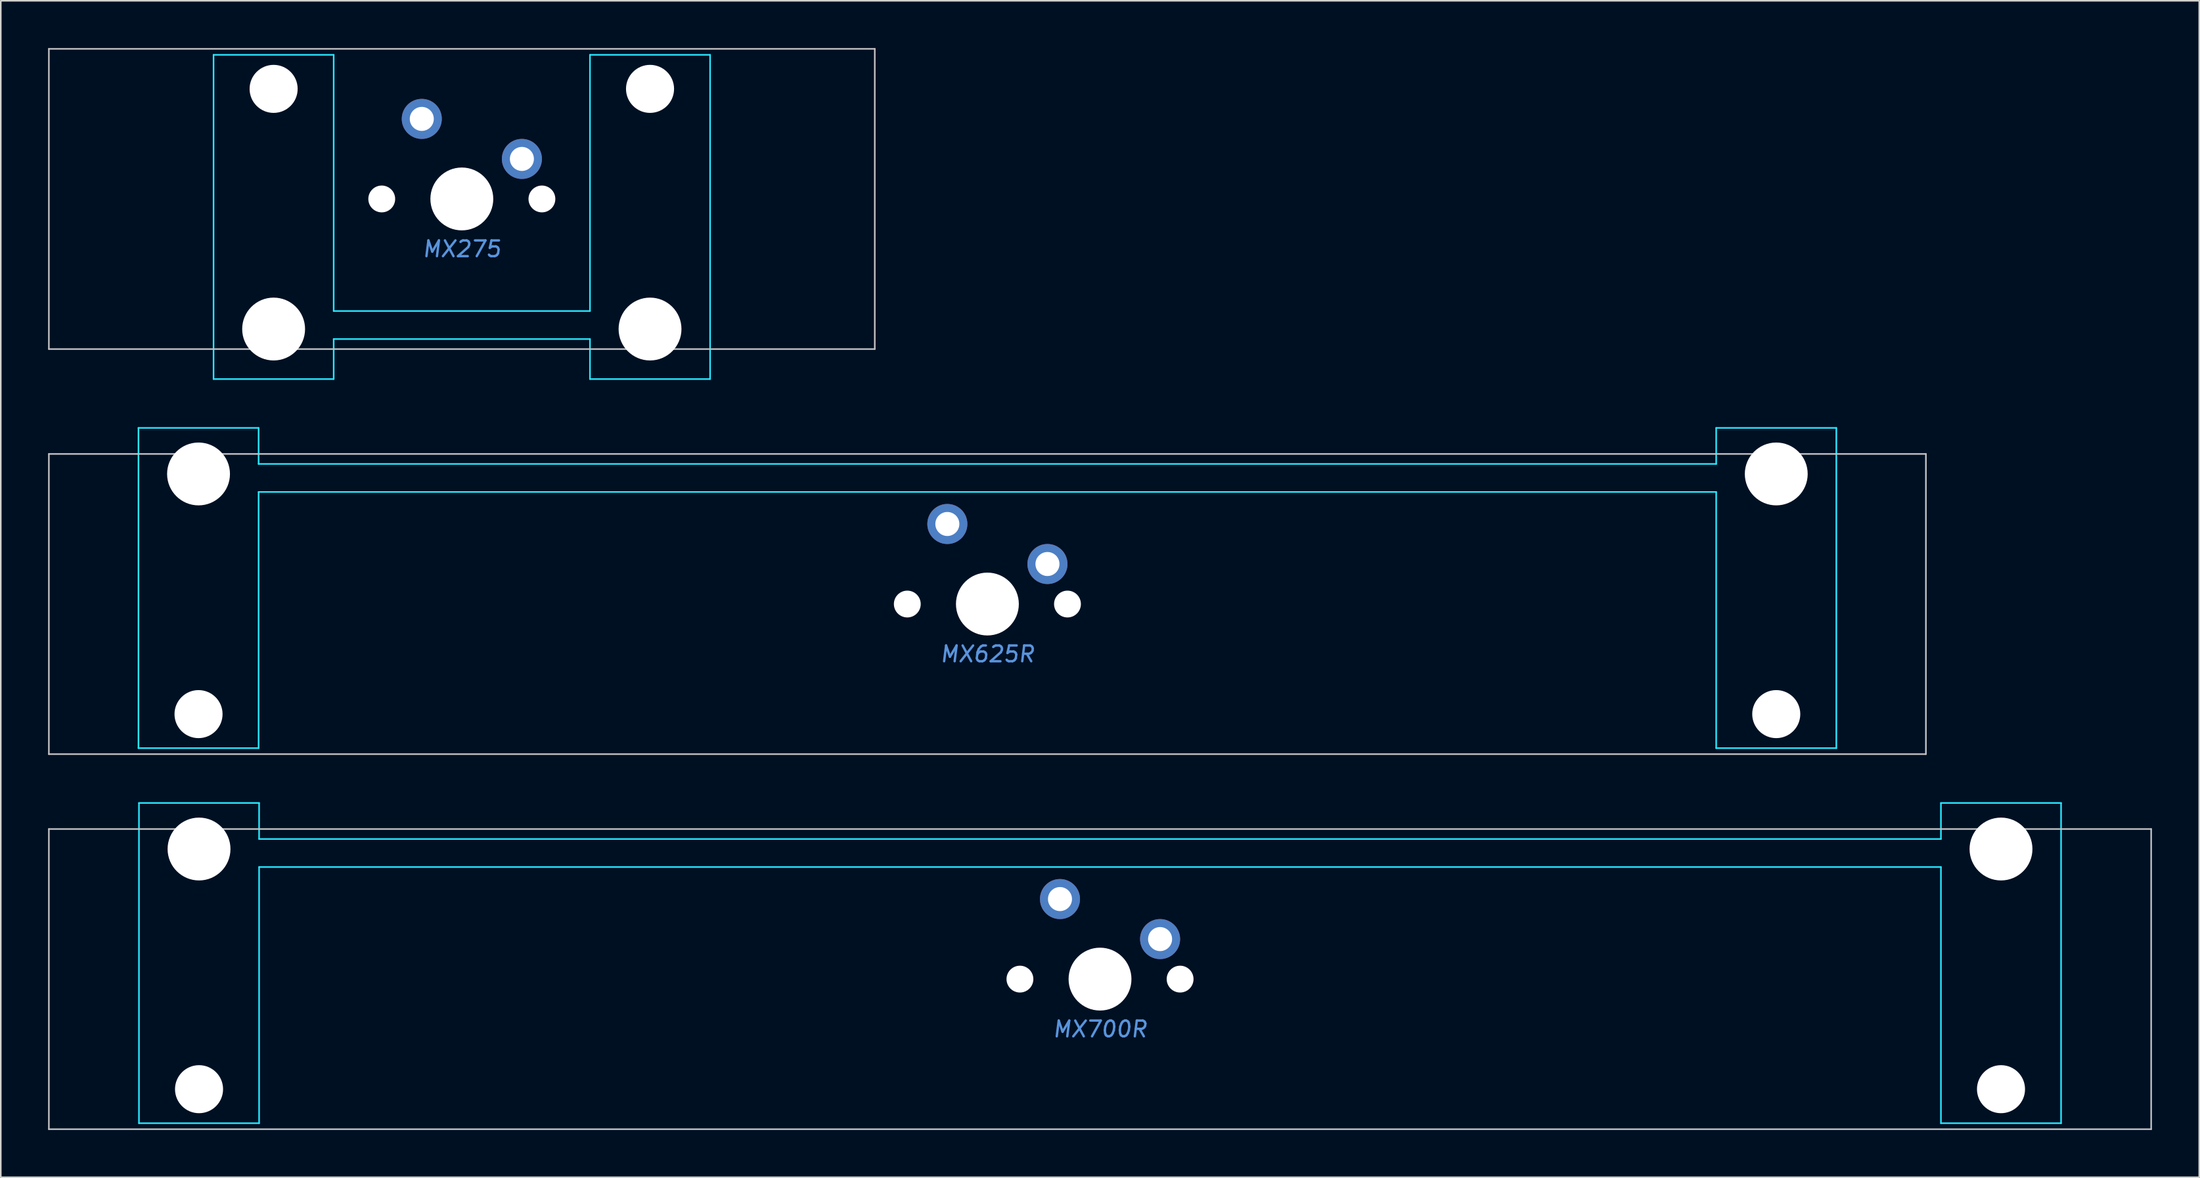
<source format=kicad_pcb>
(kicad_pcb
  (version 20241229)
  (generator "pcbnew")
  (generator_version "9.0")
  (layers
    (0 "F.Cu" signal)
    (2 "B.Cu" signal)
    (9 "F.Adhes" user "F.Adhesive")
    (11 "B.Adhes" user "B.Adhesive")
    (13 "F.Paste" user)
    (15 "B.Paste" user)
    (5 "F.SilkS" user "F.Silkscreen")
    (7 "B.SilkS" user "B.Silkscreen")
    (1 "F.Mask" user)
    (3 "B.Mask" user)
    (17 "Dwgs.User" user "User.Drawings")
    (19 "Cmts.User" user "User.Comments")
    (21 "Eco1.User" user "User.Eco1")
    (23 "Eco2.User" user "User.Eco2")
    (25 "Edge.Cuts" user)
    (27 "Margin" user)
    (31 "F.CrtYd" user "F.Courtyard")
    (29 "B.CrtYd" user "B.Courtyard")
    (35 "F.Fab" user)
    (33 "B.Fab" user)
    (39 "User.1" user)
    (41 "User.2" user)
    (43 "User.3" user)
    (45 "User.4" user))
  (footprint "MX275"
    (layer "F.Cu")
    (at 26.244 9.575)
    (property "Reference" "MX275" (at 0 3.175 0) (layer "Cmts.User") (effects (font (size 1 1) (thickness 0.15) (italic yes))))
    (attr through_hole)
    (fp_line (start -26.194 -9.525) (end -26.194 9.525) (stroke (width 0.1) (type solid)) (layer "Dwgs.User"))
    (fp_line (start -26.194 -9.525) (end 26.194 -9.525) (stroke (width 0.1) (type solid)) (layer "Dwgs.User"))
    (fp_line (start -26.194 9.525) (end 26.194 9.525) (stroke (width 0.1) (type solid)) (layer "Dwgs.User"))
    (fp_line (start 26.194 -9.525) (end 26.194 9.525) (stroke (width 0.1) (type solid)) (layer "Dwgs.User"))
    (fp_line (start -15.748 -9.144) (end -8.128 -9.144) (stroke (width 0.1) (type solid)) (layer "B.CrtYd"))
    (fp_line (start -15.748 11.43) (end -15.748 -9.144) (stroke (width 0.1) (type solid)) (layer "B.CrtYd"))
    (fp_line (start -8.128 -9.144) (end -8.128 7.112) (stroke (width 0.1) (type solid)) (layer "B.CrtYd"))
    (fp_line (start -8.128 7.112) (end 8.128 7.112) (stroke (width 0.1) (type solid)) (layer "B.CrtYd"))
    (fp_line (start -8.128 8.89) (end 8.128 8.89) (stroke (width 0.1) (type solid)) (layer "B.CrtYd"))
    (fp_line (start -8.128 11.43) (end -15.748 11.43) (stroke (width 0.1) (type solid)) (layer "B.CrtYd"))
    (fp_line (start -8.128 11.43) (end -8.128 8.89) (stroke (width 0.1) (type solid)) (layer "B.CrtYd"))
    (fp_line (start 8.128 -9.144) (end 8.128 7.112) (stroke (width 0.1) (type solid)) (layer "B.CrtYd"))
    (fp_line (start 8.128 -9.144) (end 15.748 -9.144) (stroke (width 0.1) (type solid)) (layer "B.CrtYd"))
    (fp_line (start 8.128 11.43) (end 8.128 8.89) (stroke (width 0.1) (type solid)) (layer "B.CrtYd"))
    (fp_line (start 15.748 -9.144) (end 15.748 11.43) (stroke (width 0.1) (type solid)) (layer "B.CrtYd"))
    (fp_line (start 15.748 11.43) (end 8.128 11.43) (stroke (width 0.1) (type solid)) (layer "B.CrtYd"))
    (pad "" np_thru_hole circle (at -11.938 -6.985) (size 3.048 3.048) (drill 3.048) (layers "*.Cu" "*.Mask"))
    (pad "" np_thru_hole circle (at -11.938 8.255) (size 3.988 3.988) (drill 3.988) (layers "*.Cu" "*.Mask"))
    (pad "" np_thru_hole circle (at -5.08 0) (size 1.702 1.702) (drill 1.702) (layers "*.Cu" "*.Mask"))
    (pad "" connect circle (at -2.54 -5.08) (size 1.524 1.524) (layers "B.Mask"))
    (pad "" np_thru_hole circle (at 0 0) (size 3.988 3.988) (drill 3.988) (layers "*.Cu" "*.Mask"))
    (pad "" connect circle (at 3.81 -2.54) (size 1.524 1.524) (layers "B.Mask"))
    (pad "" np_thru_hole circle (at 5.08 0) (size 1.702 1.702) (drill 1.702) (layers "*.Cu" "*.Mask"))
    (pad "" np_thru_hole circle (at 11.938 -6.985) (size 3.048 3.048) (drill 3.048) (layers "*.Cu" "*.Mask"))
    (pad "" np_thru_hole circle (at 11.938 8.255) (size 3.988 3.988) (drill 3.988) (layers "*.Cu" "*.Mask"))
    (pad "1" thru_hole circle (at -2.54 -5.08) (size 2.54 2.54) (drill 1.524) (layers "*.Cu" "F.Mask"))
    (pad "2" thru_hole circle (at 3.81 -2.54) (size 2.54 2.54) (drill 1.524) (layers "*.Cu" "F.Mask")))
  (footprint "MX700R"
    (layer "F.Cu")
    (at 66.725 59.082)
    (property "Reference" "MX700R" (at 0 3.175 0) (layer "Cmts.User") (effects (font (size 1 1) (thickness 0.15) (italic yes))))
    (attr through_hole)
    (fp_line (start -66.675 -9.525) (end -66.675 9.525) (stroke (width 0.1) (type solid)) (layer "Dwgs.User"))
    (fp_line (start -66.675 -9.525) (end 66.675 -9.525) (stroke (width 0.1) (type solid)) (layer "Dwgs.User"))
    (fp_line (start -66.675 9.525) (end 66.675 9.525) (stroke (width 0.1) (type solid)) (layer "Dwgs.User"))
    (fp_line (start 66.675 -9.525) (end 66.675 9.525) (stroke (width 0.1) (type solid)) (layer "Dwgs.User"))
    (fp_line (start -60.96 9.144) (end -60.96 -11.176) (stroke (width 0.1) (type solid)) (layer "B.CrtYd"))
    (fp_line (start -53.34 -11.176) (end -60.96 -11.176) (stroke (width 0.1) (type solid)) (layer "B.CrtYd"))
    (fp_line (start -53.34 -8.89) (end -53.34 -11.176) (stroke (width 0.1) (type solid)) (layer "B.CrtYd"))
    (fp_line (start -53.34 -7.112) (end -53.34 9.144) (stroke (width 0.1) (type solid)) (layer "B.CrtYd"))
    (fp_line (start -53.34 9.144) (end -60.96 9.144) (stroke (width 0.1) (type solid)) (layer "B.CrtYd"))
    (fp_line (start 53.34 -8.89) (end -53.34 -8.89) (stroke (width 0.1) (type solid)) (layer "B.CrtYd"))
    (fp_line (start 53.34 -8.89) (end 53.34 -11.176) (stroke (width 0.1) (type solid)) (layer "B.CrtYd"))
    (fp_line (start 53.34 -7.112) (end -53.34 -7.112) (stroke (width 0.1) (type solid)) (layer "B.CrtYd"))
    (fp_line (start 53.34 -7.112) (end 53.34 9.144) (stroke (width 0.1) (type solid)) (layer "B.CrtYd"))
    (fp_line (start 60.96 -11.176) (end 53.34 -11.176) (stroke (width 0.1) (type solid)) (layer "B.CrtYd"))
    (fp_line (start 60.96 9.144) (end 53.34 9.144) (stroke (width 0.1) (type solid)) (layer "B.CrtYd"))
    (fp_line (start 60.96 9.144) (end 60.96 -11.176) (stroke (width 0.1) (type solid)) (layer "B.CrtYd"))
    (pad "" np_thru_hole circle (at -57.15 -8.255) (size 3.988 3.988) (drill 3.988) (layers "*.Cu" "*.Mask"))
    (pad "" np_thru_hole circle (at -57.15 6.985) (size 3.048 3.048) (drill 3.048) (layers "*.Cu" "*.Mask"))
    (pad "" np_thru_hole circle (at -5.08 0) (size 1.702 1.702) (drill 1.702) (layers "*.Cu" "*.Mask"))
    (pad "" connect circle (at -2.54 -5.08) (size 1.524 1.524) (layers "B.Mask"))
    (pad "" np_thru_hole circle (at 0 0) (size 3.988 3.988) (drill 3.988) (layers "*.Cu" "*.Mask"))
    (pad "" connect circle (at 3.81 -2.54) (size 1.524 1.524) (layers "B.Mask"))
    (pad "" np_thru_hole circle (at 5.08 0) (size 1.702 1.702) (drill 1.702) (layers "*.Cu" "*.Mask"))
    (pad "" np_thru_hole circle (at 57.15 -8.255) (size 3.988 3.988) (drill 3.988) (layers "*.Cu" "*.Mask"))
    (pad "" np_thru_hole circle (at 57.15 6.985) (size 3.048 3.048) (drill 3.048) (layers "*.Cu" "*.Mask"))
    (pad "1" thru_hole circle (at -2.54 -5.08) (size 2.54 2.54) (drill 1.524) (layers "*.Cu" "F.Mask"))
    (pad "2" thru_hole circle (at 3.81 -2.54) (size 2.54 2.54) (drill 1.524) (layers "*.Cu" "F.Mask")))
  (footprint "MX625R"
    (layer "F.Cu")
    (at 59.581 35.281)
    (property "Reference" "MX625R" (at 0 3.175 0) (layer "Cmts.User") (effects (font (size 1 1) (thickness 0.15) (italic yes))))
    (attr through_hole)
    (fp_line (start -59.531 -9.525) (end -59.531 9.525) (stroke (width 0.1) (type solid)) (layer "Dwgs.User"))
    (fp_line (start -59.531 -9.525) (end 59.531 -9.525) (stroke (width 0.1) (type solid)) (layer "Dwgs.User"))
    (fp_line (start -59.531 9.525) (end 59.531 9.525) (stroke (width 0.1) (type solid)) (layer "Dwgs.User"))
    (fp_line (start 59.531 -9.525) (end 59.531 9.525) (stroke (width 0.1) (type solid)) (layer "Dwgs.User"))
    (fp_line (start -53.848 9.144) (end -53.848 -11.176) (stroke (width 0.1) (type solid)) (layer "B.CrtYd"))
    (fp_line (start -46.228 -11.176) (end -53.848 -11.176) (stroke (width 0.1) (type solid)) (layer "B.CrtYd"))
    (fp_line (start -46.228 -8.89) (end -46.228 -11.176) (stroke (width 0.1) (type solid)) (layer "B.CrtYd"))
    (fp_line (start -46.228 -7.112) (end -46.228 9.144) (stroke (width 0.1) (type solid)) (layer "B.CrtYd"))
    (fp_line (start -46.228 9.144) (end -53.848 9.144) (stroke (width 0.1) (type solid)) (layer "B.CrtYd"))
    (fp_line (start 46.228 -8.89) (end -46.228 -8.89) (stroke (width 0.1) (type solid)) (layer "B.CrtYd"))
    (fp_line (start 46.228 -8.89) (end 46.228 -11.176) (stroke (width 0.1) (type solid)) (layer "B.CrtYd"))
    (fp_line (start 46.228 -7.112) (end -46.228 -7.112) (stroke (width 0.1) (type solid)) (layer "B.CrtYd"))
    (fp_line (start 46.228 -7.112) (end 46.228 9.144) (stroke (width 0.1) (type solid)) (layer "B.CrtYd"))
    (fp_line (start 53.848 -11.176) (end 46.228 -11.176) (stroke (width 0.1) (type solid)) (layer "B.CrtYd"))
    (fp_line (start 53.848 9.144) (end 46.228 9.144) (stroke (width 0.1) (type solid)) (layer "B.CrtYd"))
    (fp_line (start 53.848 9.144) (end 53.848 -11.176) (stroke (width 0.1) (type solid)) (layer "B.CrtYd"))
    (pad "" np_thru_hole circle (at -50.038 -8.255) (size 3.988 3.988) (drill 3.988) (layers "*.Cu" "*.Mask"))
    (pad "" np_thru_hole circle (at -50.038 6.985) (size 3.048 3.048) (drill 3.048) (layers "*.Cu" "*.Mask"))
    (pad "" np_thru_hole circle (at -5.08 0) (size 1.702 1.702) (drill 1.702) (layers "*.Cu" "*.Mask"))
    (pad "" connect circle (at -2.54 -5.08) (size 1.524 1.524) (layers "B.Mask"))
    (pad "" np_thru_hole circle (at 0 0) (size 3.988 3.988) (drill 3.988) (layers "*.Cu" "*.Mask"))
    (pad "" connect circle (at 3.81 -2.54) (size 1.524 1.524) (layers "B.Mask"))
    (pad "" np_thru_hole circle (at 5.08 0) (size 1.702 1.702) (drill 1.702) (layers "*.Cu" "*.Mask"))
    (pad "" np_thru_hole circle (at 50.038 -8.255) (size 3.988 3.988) (drill 3.988) (layers "*.Cu" "*.Mask"))
    (pad "" np_thru_hole circle (at 50.038 6.985) (size 3.048 3.048) (drill 3.048) (layers "*.Cu" "*.Mask"))
    (pad "1" thru_hole circle (at -2.54 -5.08) (size 2.54 2.54) (drill 1.524) (layers "*.Cu" "F.Mask"))
    (pad "2" thru_hole circle (at 3.81 -2.54) (size 2.54 2.54) (drill 1.524) (layers "*.Cu" "F.Mask")))
  (gr_rect
    (start -3 -3)
    (end 136.45 71.657)
    (stroke (width 0.1) (type default))
    (fill no)
    (layer "Edge.Cuts")))
</source>
